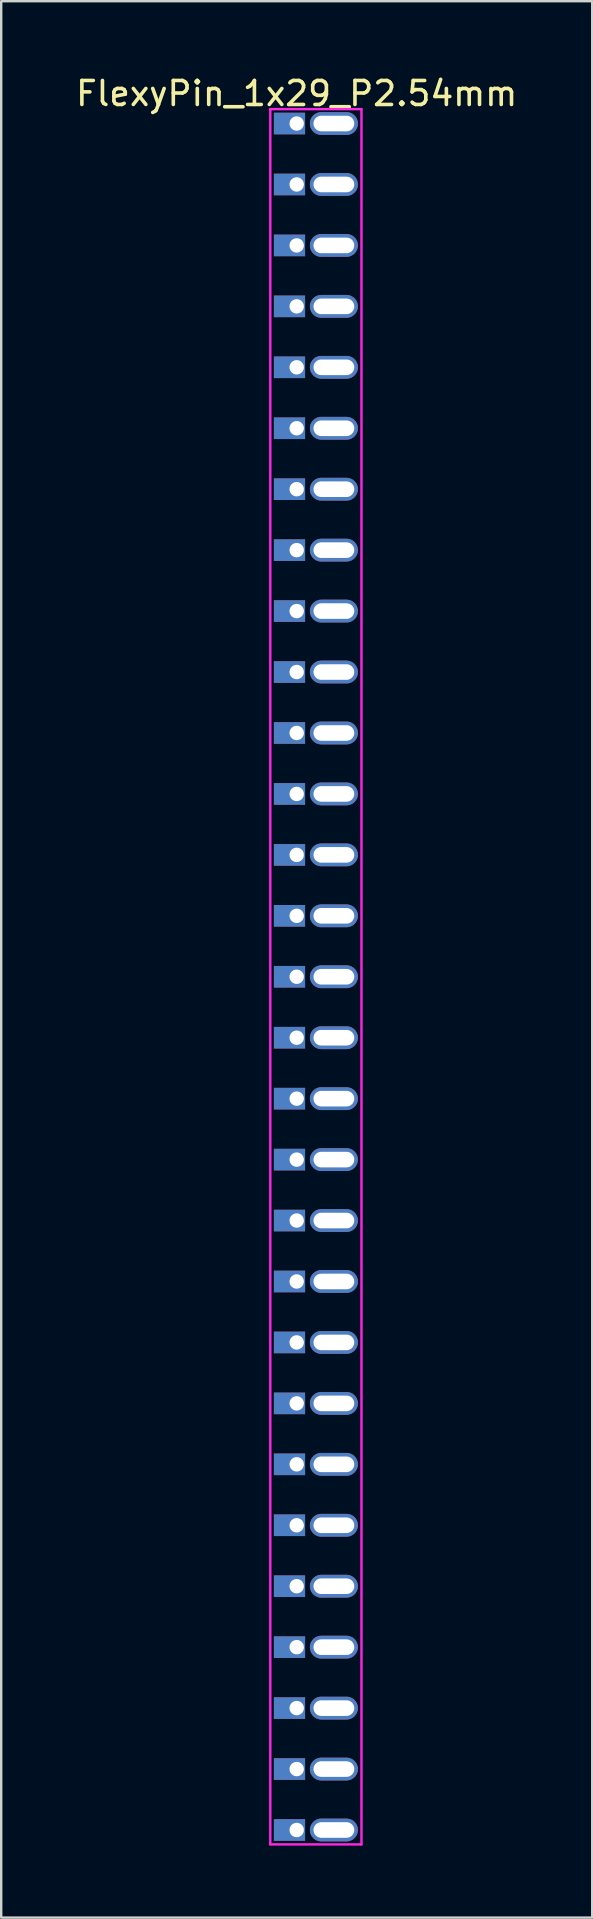
<source format=kicad_pcb>
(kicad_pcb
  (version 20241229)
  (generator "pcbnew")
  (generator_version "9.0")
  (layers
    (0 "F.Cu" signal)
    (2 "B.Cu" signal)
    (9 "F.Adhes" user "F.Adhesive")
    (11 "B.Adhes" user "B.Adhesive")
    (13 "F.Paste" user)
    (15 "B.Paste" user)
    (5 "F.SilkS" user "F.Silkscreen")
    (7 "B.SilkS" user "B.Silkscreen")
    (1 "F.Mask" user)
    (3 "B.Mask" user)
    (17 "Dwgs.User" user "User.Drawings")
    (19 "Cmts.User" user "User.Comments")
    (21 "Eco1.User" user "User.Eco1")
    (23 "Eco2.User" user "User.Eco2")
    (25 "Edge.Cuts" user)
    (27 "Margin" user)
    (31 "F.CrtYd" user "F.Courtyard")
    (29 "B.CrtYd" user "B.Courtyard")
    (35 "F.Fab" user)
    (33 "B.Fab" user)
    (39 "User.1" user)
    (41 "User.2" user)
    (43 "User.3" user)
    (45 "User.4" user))
  (footprint "FlexyPin_1x29_P2.54mm"
    (layer "F.Cu")
    (at 9.315 2.098)
    (property "Reference" "FlexyPin_1x29_P2.54mm" (at 0 -1.25 0) (layer "F.SilkS") (effects (font (size 1 1) (thickness 0.15))))
    (attr through_hole)
    (fp_line (start -1.1 -0.6) (end 2.7 -0.6) (stroke (width 0.1) (type solid)) (layer "F.CrtYd"))
    (fp_line (start -1.1 71.72) (end -1.1 -0.6) (stroke (width 0.1) (type solid)) (layer "F.CrtYd"))
    (fp_line (start 2.7 -0.6) (end 2.7 71.72) (stroke (width 0.1) (type solid)) (layer "F.CrtYd"))
    (fp_line (start 2.7 71.72) (end -1.1 71.72) (stroke (width 0.1) (type solid)) (layer "F.CrtYd"))
    (pad "" thru_hole oval (at 1.55 0) (size 2 0.95) (drill oval 1.7 0.65) (layers "*.Cu" "*.Mask"))
    (pad "" thru_hole oval (at 1.55 2.54) (size 2 0.95) (drill oval 1.7 0.65) (layers "*.Cu" "*.Mask"))
    (pad "" thru_hole oval (at 1.55 5.08) (size 2 0.95) (drill oval 1.7 0.65) (layers "*.Cu" "*.Mask"))
    (pad "" thru_hole oval (at 1.55 7.62) (size 2 0.95) (drill oval 1.7 0.65) (layers "*.Cu" "*.Mask"))
    (pad "" thru_hole oval (at 1.55 10.16) (size 2 0.95) (drill oval 1.7 0.65) (layers "*.Cu" "*.Mask"))
    (pad "" thru_hole oval (at 1.55 12.7) (size 2 0.95) (drill oval 1.7 0.65) (layers "*.Cu" "*.Mask"))
    (pad "" thru_hole oval (at 1.55 15.24) (size 2 0.95) (drill oval 1.7 0.65) (layers "*.Cu" "*.Mask"))
    (pad "" thru_hole oval (at 1.55 17.78) (size 2 0.95) (drill oval 1.7 0.65) (layers "*.Cu" "*.Mask"))
    (pad "" thru_hole oval (at 1.55 20.32) (size 2 0.95) (drill oval 1.7 0.65) (layers "*.Cu" "*.Mask"))
    (pad "" thru_hole oval (at 1.55 22.86) (size 2 0.95) (drill oval 1.7 0.65) (layers "*.Cu" "*.Mask"))
    (pad "" thru_hole oval (at 1.55 25.4) (size 2 0.95) (drill oval 1.7 0.65) (layers "*.Cu" "*.Mask"))
    (pad "" thru_hole oval (at 1.55 27.94) (size 2 0.95) (drill oval 1.7 0.65) (layers "*.Cu" "*.Mask"))
    (pad "" thru_hole oval (at 1.55 30.48) (size 2 0.95) (drill oval 1.7 0.65) (layers "*.Cu" "*.Mask"))
    (pad "" thru_hole oval (at 1.55 33.02) (size 2 0.95) (drill oval 1.7 0.65) (layers "*.Cu" "*.Mask"))
    (pad "" thru_hole oval (at 1.55 35.56) (size 2 0.95) (drill oval 1.7 0.65) (layers "*.Cu" "*.Mask"))
    (pad "" thru_hole oval (at 1.55 38.1) (size 2 0.95) (drill oval 1.7 0.65) (layers "*.Cu" "*.Mask"))
    (pad "" thru_hole oval (at 1.55 40.64) (size 2 0.95) (drill oval 1.7 0.65) (layers "*.Cu" "*.Mask"))
    (pad "" thru_hole oval (at 1.55 43.18) (size 2 0.95) (drill oval 1.7 0.65) (layers "*.Cu" "*.Mask"))
    (pad "" thru_hole oval (at 1.55 45.72) (size 2 0.95) (drill oval 1.7 0.65) (layers "*.Cu" "*.Mask"))
    (pad "" thru_hole oval (at 1.55 48.26) (size 2 0.95) (drill oval 1.7 0.65) (layers "*.Cu" "*.Mask"))
    (pad "" thru_hole oval (at 1.55 50.8) (size 2 0.95) (drill oval 1.7 0.65) (layers "*.Cu" "*.Mask"))
    (pad "" thru_hole oval (at 1.55 53.34) (size 2 0.95) (drill oval 1.7 0.65) (layers "*.Cu" "*.Mask"))
    (pad "" thru_hole oval (at 1.55 55.88) (size 2 0.95) (drill oval 1.7 0.65) (layers "*.Cu" "*.Mask"))
    (pad "" thru_hole oval (at 1.55 58.42) (size 2 0.95) (drill oval 1.7 0.65) (layers "*.Cu" "*.Mask"))
    (pad "" thru_hole oval (at 1.55 60.96) (size 2 0.95) (drill oval 1.7 0.65) (layers "*.Cu" "*.Mask"))
    (pad "" thru_hole oval (at 1.55 63.5) (size 2 0.95) (drill oval 1.7 0.65) (layers "*.Cu" "*.Mask"))
    (pad "" thru_hole oval (at 1.55 66.04) (size 2 0.95) (drill oval 1.7 0.65) (layers "*.Cu" "*.Mask"))
    (pad "" thru_hole oval (at 1.55 68.58) (size 2 0.95) (drill oval 1.7 0.65) (layers "*.Cu" "*.Mask"))
    (pad "" thru_hole oval (at 1.55 71.12) (size 2 0.95) (drill oval 1.7 0.65) (layers "*.Cu" "*.Mask"))
    (pad "1" thru_hole rect (at 0 0) (size 1.3 0.9) (drill 0.6 (offset -0.3 0)) (layers "*.Cu" "*.Mask"))
    (pad "2" thru_hole rect (at 0 2.54) (size 1.3 0.9) (drill 0.6 (offset -0.3 0)) (layers "*.Cu" "*.Mask"))
    (pad "3" thru_hole rect (at 0 5.08) (size 1.3 0.9) (drill 0.6 (offset -0.3 0)) (layers "*.Cu" "*.Mask"))
    (pad "4" thru_hole rect (at 0 7.62) (size 1.3 0.9) (drill 0.6 (offset -0.3 0)) (layers "*.Cu" "*.Mask"))
    (pad "5" thru_hole rect (at 0 10.16) (size 1.3 0.9) (drill 0.6 (offset -0.3 0)) (layers "*.Cu" "*.Mask"))
    (pad "6" thru_hole rect (at 0 12.7) (size 1.3 0.9) (drill 0.6 (offset -0.3 0)) (layers "*.Cu" "*.Mask"))
    (pad "7" thru_hole rect (at 0 15.24) (size 1.3 0.9) (drill 0.6 (offset -0.3 0)) (layers "*.Cu" "*.Mask"))
    (pad "8" thru_hole rect (at 0 17.78) (size 1.3 0.9) (drill 0.6 (offset -0.3 0)) (layers "*.Cu" "*.Mask"))
    (pad "9" thru_hole rect (at 0 20.32) (size 1.3 0.9) (drill 0.6 (offset -0.3 0)) (layers "*.Cu" "*.Mask"))
    (pad "10" thru_hole rect (at 0 22.86) (size 1.3 0.9) (drill 0.6 (offset -0.3 0)) (layers "*.Cu" "*.Mask"))
    (pad "11" thru_hole rect (at 0 25.4) (size 1.3 0.9) (drill 0.6 (offset -0.3 0)) (layers "*.Cu" "*.Mask"))
    (pad "12" thru_hole rect (at 0 27.94) (size 1.3 0.9) (drill 0.6 (offset -0.3 0)) (layers "*.Cu" "*.Mask"))
    (pad "13" thru_hole rect (at 0 30.48) (size 1.3 0.9) (drill 0.6 (offset -0.3 0)) (layers "*.Cu" "*.Mask"))
    (pad "14" thru_hole rect (at 0 33.02) (size 1.3 0.9) (drill 0.6 (offset -0.3 0)) (layers "*.Cu" "*.Mask"))
    (pad "15" thru_hole rect (at 0 35.56) (size 1.3 0.9) (drill 0.6 (offset -0.3 0)) (layers "*.Cu" "*.Mask"))
    (pad "16" thru_hole rect (at 0 38.1) (size 1.3 0.9) (drill 0.6 (offset -0.3 0)) (layers "*.Cu" "*.Mask"))
    (pad "17" thru_hole rect (at 0 40.64) (size 1.3 0.9) (drill 0.6 (offset -0.3 0)) (layers "*.Cu" "*.Mask"))
    (pad "18" thru_hole rect (at 0 43.18) (size 1.3 0.9) (drill 0.6 (offset -0.3 0)) (layers "*.Cu" "*.Mask"))
    (pad "19" thru_hole rect (at 0 45.72) (size 1.3 0.9) (drill 0.6 (offset -0.3 0)) (layers "*.Cu" "*.Mask"))
    (pad "20" thru_hole rect (at 0 48.26) (size 1.3 0.9) (drill 0.6 (offset -0.3 0)) (layers "*.Cu" "*.Mask"))
    (pad "21" thru_hole rect (at 0 50.8) (size 1.3 0.9) (drill 0.6 (offset -0.3 0)) (layers "*.Cu" "*.Mask"))
    (pad "22" thru_hole rect (at 0 53.34) (size 1.3 0.9) (drill 0.6 (offset -0.3 0)) (layers "*.Cu" "*.Mask"))
    (pad "23" thru_hole rect (at 0 55.88) (size 1.3 0.9) (drill 0.6 (offset -0.3 0)) (layers "*.Cu" "*.Mask"))
    (pad "24" thru_hole rect (at 0 58.42) (size 1.3 0.9) (drill 0.6 (offset -0.3 0)) (layers "*.Cu" "*.Mask"))
    (pad "25" thru_hole rect (at 0 60.96) (size 1.3 0.9) (drill 0.6 (offset -0.3 0)) (layers "*.Cu" "*.Mask"))
    (pad "26" thru_hole rect (at 0 63.5) (size 1.3 0.9) (drill 0.6 (offset -0.3 0)) (layers "*.Cu" "*.Mask"))
    (pad "27" thru_hole rect (at 0 66.04) (size 1.3 0.9) (drill 0.6 (offset -0.3 0)) (layers "*.Cu" "*.Mask"))
    (pad "28" thru_hole rect (at 0 68.58) (size 1.3 0.9) (drill 0.6 (offset -0.3 0)) (layers "*.Cu" "*.Mask"))
    (pad "29" thru_hole rect (at 0 71.12) (size 1.3 0.9) (drill 0.6 (offset -0.3 0)) (layers "*.Cu" "*.Mask")))
  (gr_rect
    (start -3 -3)
    (end 21.631 76.868)
    (stroke (width 0.1) (type default))
    (fill no)
    (layer "Edge.Cuts")))
</source>
